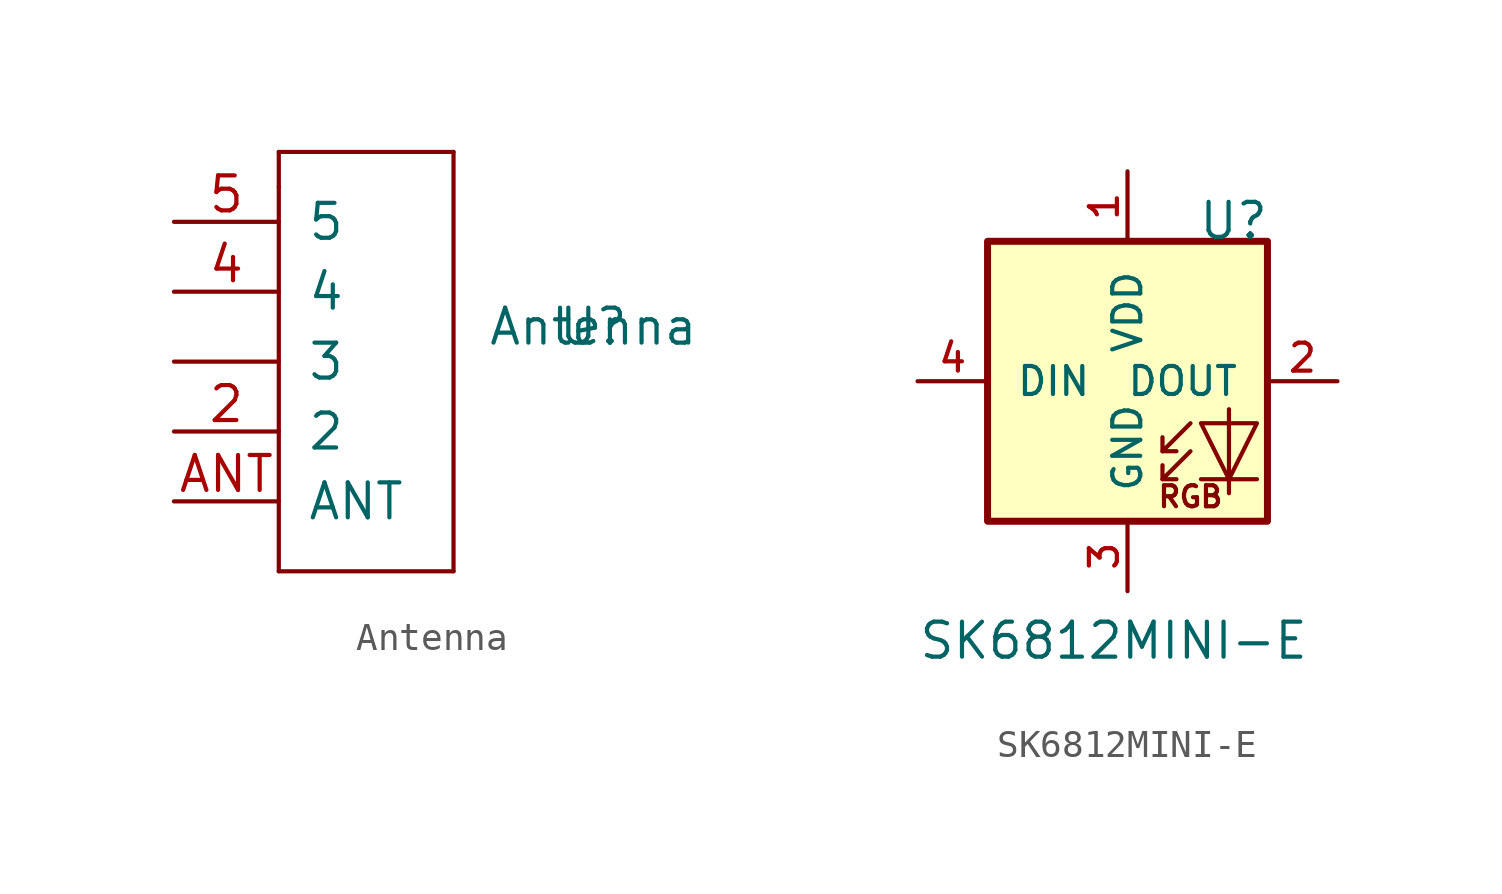
<source format=kicad_sym>
(kicad_symbol_lib
  (version 20220914)
  (generator kicad_symbol_editor)
  (symbol "Antenna"
    (pin_names
      (offset 1.016))
    (property "Reference" "U"
      (at 7.62 -1.27 0)
      (effects (font (size 1.27 1.27))))
    (property "Value" "Antenna"
      (at 7.62 -1.27 0)
      (effects (font (size 1.27 1.27))))
    (symbol "Antenna_0_1"
      (rectangle (start -3.81 -10.16) (end -3.81 3.81) (stroke (width 0) (type default)) (fill (type none)))
      (rectangle (start -3.81 -10.16) (end 2.54 -10.16) (stroke (width 0) (type default)) (fill (type none)))
      (rectangle (start -3.81 3.81) (end -3.81 5.08) (stroke (width 0) (type default)) (fill (type none)))
      (rectangle (start -3.81 5.08) (end 2.54 5.08) (stroke (width 0) (type default)) (fill (type none)))
      (rectangle (start 2.54 -10.16) (end 2.54 5.08) (stroke (width 0) (type default)) (fill (type none)))
      (pin passive line (at -7.62 -5.08 0) (length 3.81) (name "2" (effects (font (size 1.27 1.27)))) (number "2" (effects (font (size 1.27 1.27)))))
      (pin passive line (at -7.62 0 0) (length 3.81) (name "4" (effects (font (size 1.27 1.27)))) (number "4" (effects (font (size 1.27 1.27)))))
      (pin passive line (at -7.62 2.54 0) (length 3.81) (name "5" (effects (font (size 1.27 1.27)))) (number "5" (effects (font (size 1.27 1.27)))))
      (pin passive line (at -7.62 -7.62 0) (length 3.81) (name "ANT" (effects (font (size 1.27 1.27)))) (number "ANT" (effects (font (size 1.27 1.27)))))
      (pin passive line (at -7.62 -2.54 0) (length 3.81) (name "3" (effects (font (size 1.27 1.27)))) (number "~" (effects (font (size 1.27 1.27)))))))
  (symbol "SK6812MINI-E"
    (pin_names
      (offset 1.016))
    (property "Reference" "U"
      (at 3.81 5.08 0)
      (effects (font (size 1.27 1.27)) (justify left bottom)))
    (property "Value" "SK6812MINI-E"
      (at -6.35 -10.16 0)
      (effects (font (size 1.27 1.27)) (justify left bottom)))
    (symbol "SK6812MINI-E_0_0"
      (text "RGB" (at 3.556 -4.191 0) (effects (font (size 0.762 0.762)))))
    (symbol "SK6812MINI-E_0_1"
      (polyline (pts (xy 2.54 -3.556) (xy 3.048 -3.556)) (stroke (width 0) (type default)) (fill (type none)))
      (polyline (pts (xy 2.54 -2.54) (xy 3.048 -2.54)) (stroke (width 0) (type default)) (fill (type none)))
      (polyline (pts (xy 5.969 -3.556) (xy 3.937 -3.556)) (stroke (width 0) (type default)) (fill (type none)))
      (polyline (pts (xy 3.556 -2.54) (xy 2.54 -3.556) (xy 2.54 -3.048)) (stroke (width 0) (type default)) (fill (type none)))
      (polyline (pts (xy 3.556 -1.524) (xy 2.54 -2.54) (xy 2.54 -2.032)) (stroke (width 0) (type default)) (fill (type none)))
      (polyline (pts (xy 4.953 -1.016) (xy 4.953 -3.556) (xy 4.953 -4.064)) (stroke (width 0) (type default)) (fill (type none)))
      (polyline (pts (xy 5.969 -1.524) (xy 3.937 -1.524) (xy 4.953 -3.556) (xy 5.969 -1.524)) (stroke (width 0) (type default)) (fill (type none)))
      (rectangle (start 6.35 5.08) (end -3.81 -5.08) (stroke (width 0.254) (type default)) (fill (type background))))
    (symbol "SK6812MINI-E_1_0"
      (pin power_in line (at 1.27 7.62 270) (length 2.54) (name "VDD" (effects (font (size 1.016 1.016)))) (number "1" (effects (font (size 1.016 1.016)))))
      (pin output line (at 8.89 0 180) (length 2.54) (name "DOUT" (effects (font (size 1.016 1.016)))) (number "2" (effects (font (size 1.016 1.016)))))
      (pin bidirectional line (at 1.27 -7.62 90) (length 2.54) (name "GND" (effects (font (size 1.016 1.016)))) (number "3" (effects (font (size 1.016 1.016)))))
      (pin power_in line (at -6.35 0 0) (length 2.54) (name "DIN" (effects (font (size 1.016 1.016)))) (number "4" (effects (font (size 1.016 1.016))))))))
</source>
